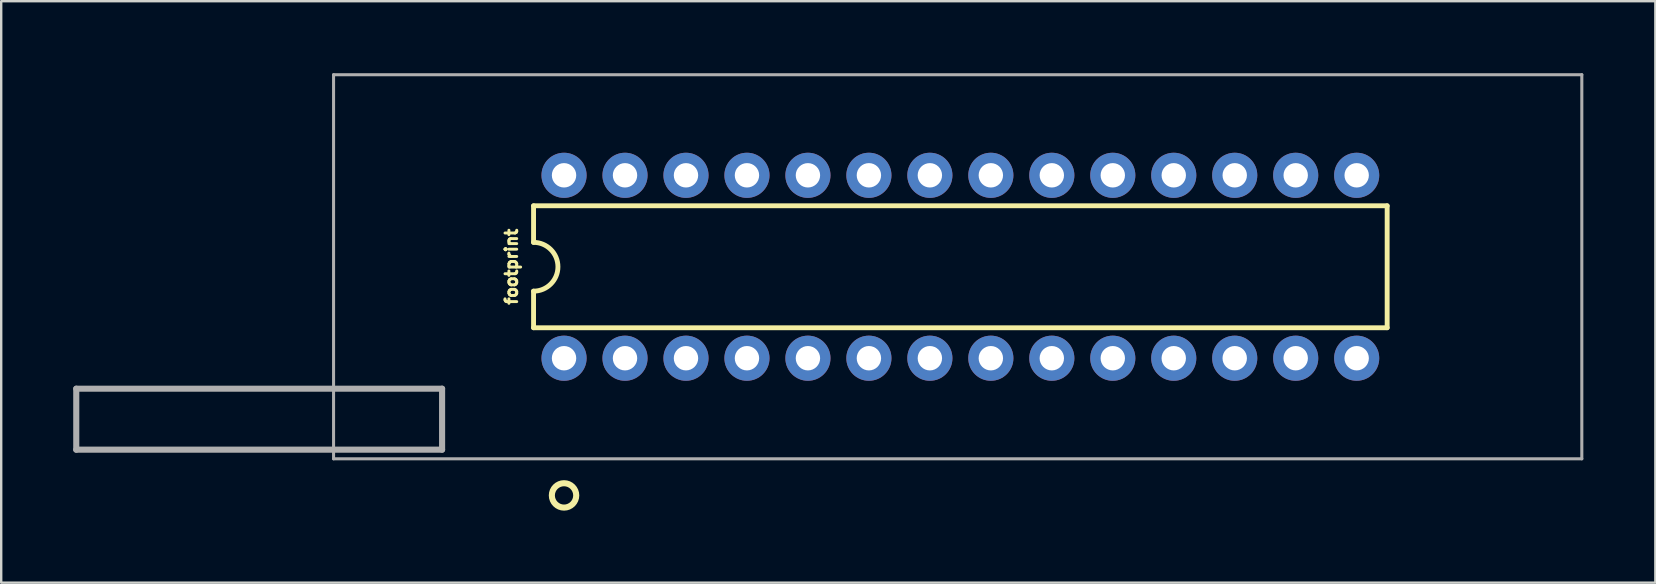
<source format=kicad_pcb>
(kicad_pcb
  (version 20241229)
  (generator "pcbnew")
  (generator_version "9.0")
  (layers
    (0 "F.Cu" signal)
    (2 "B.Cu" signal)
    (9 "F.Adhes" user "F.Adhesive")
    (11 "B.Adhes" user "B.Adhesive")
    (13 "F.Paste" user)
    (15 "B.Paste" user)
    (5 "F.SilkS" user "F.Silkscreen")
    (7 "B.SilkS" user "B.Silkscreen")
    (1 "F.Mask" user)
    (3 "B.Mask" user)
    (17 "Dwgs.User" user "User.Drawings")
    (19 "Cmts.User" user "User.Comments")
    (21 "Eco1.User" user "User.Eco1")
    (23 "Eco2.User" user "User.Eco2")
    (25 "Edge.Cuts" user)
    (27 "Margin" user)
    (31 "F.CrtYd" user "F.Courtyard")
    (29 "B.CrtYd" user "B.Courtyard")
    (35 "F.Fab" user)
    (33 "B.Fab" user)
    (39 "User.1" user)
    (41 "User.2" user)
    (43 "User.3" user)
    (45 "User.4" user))
  (footprint "footprint"
    (layer "F.Cu")
    (at 36.957 8.063)
    (property "Reference" "footprint" (at -18.415 0 90) (layer "F.SilkS") (effects (font (size 0.488 0.488) (thickness 0.122)) (justify bottom)))
    (fp_line (start -17.78 -2.54) (end -17.78 -1.016) (stroke (width 0.203) (type solid)) (layer "F.SilkS"))
    (fp_line (start -17.78 2.54) (end -17.78 1.016) (stroke (width 0.203) (type solid)) (layer "F.SilkS"))
    (fp_line (start -17.78 2.54) (end 17.78 2.54) (stroke (width 0.203) (type solid)) (layer "F.SilkS"))
    (fp_line (start 17.78 -2.54) (end -17.78 -2.54) (stroke (width 0.203) (type solid)) (layer "F.SilkS"))
    (fp_line (start 17.78 -2.54) (end 17.78 2.54) (stroke (width 0.203) (type solid)) (layer "F.SilkS"))
    (fp_arc (start -17.78 -1.016) (mid -16.764 0) (end -17.78 1.016) (stroke (width 0.2032) (type solid)) (layer "F.SilkS"))
    (fp_circle (center -16.51 9.525) (end -16.002 9.525) (stroke (width 0.254) (type solid)) (fill no) (layer "F.SilkS"))
    (fp_line (start -36.83 5.08) (end -36.83 7.62) (stroke (width 0.254) (type solid)) (layer "F.Fab"))
    (fp_line (start -36.83 7.62) (end -21.59 7.62) (stroke (width 0.254) (type solid)) (layer "F.Fab"))
    (fp_line (start -26.111 -8) (end -26.111 8) (stroke (width 0.127) (type solid)) (layer "F.Fab"))
    (fp_line (start -26.111 8) (end 25.889 8) (stroke (width 0.127) (type solid)) (layer "F.Fab"))
    (fp_line (start -21.59 5.08) (end -36.83 5.08) (stroke (width 0.254) (type solid)) (layer "F.Fab"))
    (fp_line (start -21.59 7.62) (end -21.59 5.08) (stroke (width 0.254) (type solid)) (layer "F.Fab"))
    (fp_line (start 25.889 -8) (end -26.111 -8) (stroke (width 0.127) (type solid)) (layer "F.Fab"))
    (fp_line (start 25.889 8) (end 25.889 -8) (stroke (width 0.127) (type solid)) (layer "F.Fab"))
    (pad "1" thru_hole circle (at -16.51 3.81 90) (size 1.88 1.88) (drill 1.016) (layers "*.Cu" "*.Mask"))
    (pad "2" thru_hole circle (at -13.97 3.81 90) (size 1.88 1.88) (drill 1.016) (layers "*.Cu" "*.Mask"))
    (pad "3" thru_hole circle (at -11.43 3.81 90) (size 1.88 1.88) (drill 1.016) (layers "*.Cu" "*.Mask"))
    (pad "4" thru_hole circle (at -8.89 3.81 90) (size 1.88 1.88) (drill 1.016) (layers "*.Cu" "*.Mask"))
    (pad "5" thru_hole circle (at -6.35 3.81 90) (size 1.88 1.88) (drill 1.016) (layers "*.Cu" "*.Mask"))
    (pad "6" thru_hole circle (at -3.81 3.81 90) (size 1.88 1.88) (drill 1.016) (layers "*.Cu" "*.Mask"))
    (pad "7" thru_hole circle (at -1.27 3.81 90) (size 1.88 1.88) (drill 1.016) (layers "*.Cu" "*.Mask"))
    (pad "8" thru_hole circle (at 1.27 3.81 90) (size 1.88 1.88) (drill 1.016) (layers "*.Cu" "*.Mask"))
    (pad "9" thru_hole circle (at 3.81 3.81 90) (size 1.88 1.88) (drill 1.016) (layers "*.Cu" "*.Mask"))
    (pad "10" thru_hole circle (at 6.35 3.81 90) (size 1.88 1.88) (drill 1.016) (layers "*.Cu" "*.Mask"))
    (pad "11" thru_hole circle (at 8.89 3.81 90) (size 1.88 1.88) (drill 1.016) (layers "*.Cu" "*.Mask"))
    (pad "12" thru_hole circle (at 11.43 3.81 90) (size 1.88 1.88) (drill 1.016) (layers "*.Cu" "*.Mask"))
    (pad "13" thru_hole circle (at 13.97 3.81 90) (size 1.88 1.88) (drill 1.016) (layers "*.Cu" "*.Mask"))
    (pad "14" thru_hole circle (at 16.51 3.81 90) (size 1.88 1.88) (drill 1.016) (layers "*.Cu" "*.Mask"))
    (pad "15" thru_hole circle (at 16.51 -3.81 90) (size 1.88 1.88) (drill 1.016) (layers "*.Cu" "*.Mask"))
    (pad "16" thru_hole circle (at 13.97 -3.81 90) (size 1.88 1.88) (drill 1.016) (layers "*.Cu" "*.Mask"))
    (pad "17" thru_hole circle (at 11.43 -3.81 90) (size 1.88 1.88) (drill 1.016) (layers "*.Cu" "*.Mask"))
    (pad "18" thru_hole circle (at 8.89 -3.81 90) (size 1.88 1.88) (drill 1.016) (layers "*.Cu" "*.Mask"))
    (pad "19" thru_hole circle (at 6.35 -3.81 90) (size 1.88 1.88) (drill 1.016) (layers "*.Cu" "*.Mask"))
    (pad "20" thru_hole circle (at 3.81 -3.81 90) (size 1.88 1.88) (drill 1.016) (layers "*.Cu" "*.Mask"))
    (pad "21" thru_hole circle (at 1.27 -3.81 90) (size 1.88 1.88) (drill 1.016) (layers "*.Cu" "*.Mask"))
    (pad "22" thru_hole circle (at -1.27 -3.81 90) (size 1.88 1.88) (drill 1.016) (layers "*.Cu" "*.Mask"))
    (pad "23" thru_hole circle (at -3.81 -3.81 90) (size 1.88 1.88) (drill 1.016) (layers "*.Cu" "*.Mask"))
    (pad "24" thru_hole circle (at -6.35 -3.81 90) (size 1.88 1.88) (drill 1.016) (layers "*.Cu" "*.Mask"))
    (pad "25" thru_hole circle (at -8.89 -3.81 90) (size 1.88 1.88) (drill 1.016) (layers "*.Cu" "*.Mask"))
    (pad "26" thru_hole circle (at -11.43 -3.81 90) (size 1.88 1.88) (drill 1.016) (layers "*.Cu" "*.Mask"))
    (pad "27" thru_hole circle (at -13.97 -3.81 90) (size 1.88 1.88) (drill 1.016) (layers "*.Cu" "*.Mask"))
    (pad "28" thru_hole circle (at -16.51 -3.81 90) (size 1.88 1.88) (drill 1.016) (layers "*.Cu" "*.Mask")))
  (gr_rect
    (start -3 -3)
    (end 65.909 21.224)
    (stroke (width 0.1) (type default))
    (fill no)
    (layer "Edge.Cuts")))
</source>
